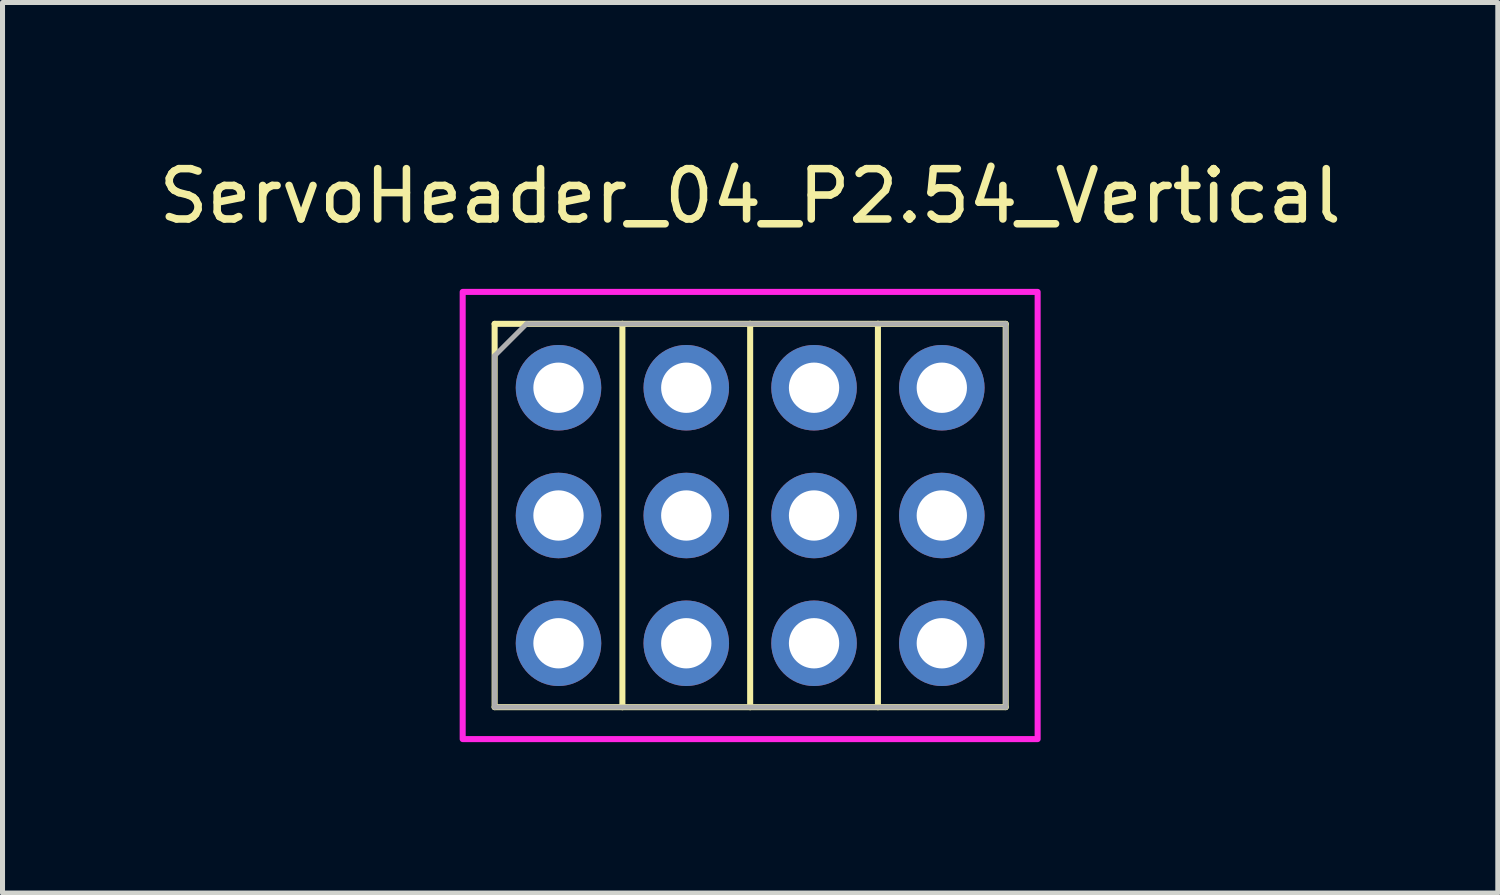
<source format=kicad_pcb>
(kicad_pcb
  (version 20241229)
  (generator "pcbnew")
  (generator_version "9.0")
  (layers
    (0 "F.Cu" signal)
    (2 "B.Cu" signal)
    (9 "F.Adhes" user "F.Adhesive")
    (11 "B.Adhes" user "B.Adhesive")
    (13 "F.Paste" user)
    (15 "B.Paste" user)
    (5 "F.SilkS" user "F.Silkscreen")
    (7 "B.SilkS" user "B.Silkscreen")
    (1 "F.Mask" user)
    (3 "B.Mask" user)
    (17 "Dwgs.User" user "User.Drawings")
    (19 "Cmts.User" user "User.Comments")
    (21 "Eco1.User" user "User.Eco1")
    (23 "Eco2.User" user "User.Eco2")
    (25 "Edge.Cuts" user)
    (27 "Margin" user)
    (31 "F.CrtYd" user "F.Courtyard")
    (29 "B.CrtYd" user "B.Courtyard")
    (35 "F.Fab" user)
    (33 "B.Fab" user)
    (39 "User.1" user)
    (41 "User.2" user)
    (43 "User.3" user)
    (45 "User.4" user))
  (footprint "ServoHeader_04_P2.54_Vertical"
    (layer "F.Cu")
    (at 8.053 4.658)
    (property "Reference" "ServoHeader_04_P2.54_Vertical" (at 3.81 -3.81 0) (layer "F.SilkS") (effects (font (size 1 1) (thickness 0.15))))
    (attr through_hole)
    (fp_line (start -1.27 -1.27) (end 1.27 -1.27) (stroke (width 0.12) (type solid)) (layer "F.SilkS"))
    (fp_line (start -1.27 6.35) (end -1.27 -1.27) (stroke (width 0.12) (type solid)) (layer "F.SilkS"))
    (fp_line (start 1.27 -1.27) (end 1.27 6.35) (stroke (width 0.12) (type solid)) (layer "F.SilkS"))
    (fp_line (start 1.27 -1.27) (end 3.81 -1.27) (stroke (width 0.12) (type solid)) (layer "F.SilkS"))
    (fp_line (start 1.27 6.35) (end -1.27 6.35) (stroke (width 0.12) (type solid)) (layer "F.SilkS"))
    (fp_line (start 3.81 -1.27) (end 3.81 6.35) (stroke (width 0.12) (type solid)) (layer "F.SilkS"))
    (fp_line (start 3.81 6.35) (end 1.27 6.35) (stroke (width 0.12) (type solid)) (layer "F.SilkS"))
    (fp_line (start 3.81 6.35) (end 6.35 6.35) (stroke (width 0.12) (type solid)) (layer "F.SilkS"))
    (fp_line (start 6.35 -1.27) (end 3.81 -1.27) (stroke (width 0.12) (type solid)) (layer "F.SilkS"))
    (fp_line (start 6.35 -1.27) (end 8.89 -1.27) (stroke (width 0.12) (type solid)) (layer "F.SilkS"))
    (fp_line (start 6.35 6.35) (end 6.35 -1.27) (stroke (width 0.12) (type solid)) (layer "F.SilkS"))
    (fp_line (start 8.89 -1.27) (end 8.89 6.35) (stroke (width 0.12) (type solid)) (layer "F.SilkS"))
    (fp_line (start 8.89 6.35) (end 6.35 6.35) (stroke (width 0.12) (type solid)) (layer "F.SilkS"))
    (fp_rect (start -1.905 -1.905) (end 9.525 6.985) (stroke (width 0.12) (type solid)) (fill no) (layer "F.CrtYd"))
    (fp_line (start -1.27 -0.635) (end -0.635 -1.27) (stroke (width 0.1) (type solid)) (layer "F.Fab"))
    (fp_line (start -1.27 6.35) (end -1.27 -0.635) (stroke (width 0.1) (type solid)) (layer "F.Fab"))
    (fp_line (start -0.635 -1.27) (end 8.89 -1.27) (stroke (width 0.1) (type solid)) (layer "F.Fab"))
    (fp_line (start 8.89 -1.27) (end 8.89 6.35) (stroke (width 0.1) (type solid)) (layer "F.Fab"))
    (fp_line (start 8.89 6.35) (end -1.27 6.35) (stroke (width 0.1) (type solid)) (layer "F.Fab"))
    (pad "1" thru_hole oval (at 0 0) (size 1.7 1.7) (drill 1) (layers "*.Cu" "*.Mask"))
    (pad "1" thru_hole oval (at 2.54 0) (size 1.7 1.7) (drill 1) (layers "*.Cu" "*.Mask"))
    (pad "1" thru_hole oval (at 5.08 0) (size 1.7 1.7) (drill 1) (layers "*.Cu" "*.Mask"))
    (pad "1" thru_hole oval (at 7.62 0) (size 1.7 1.7) (drill 1) (layers "*.Cu" "*.Mask"))
    (pad "2" thru_hole oval (at 0 2.54) (size 1.7 1.7) (drill 1) (layers "*.Cu" "*.Mask"))
    (pad "2" thru_hole oval (at 2.54 2.54) (size 1.7 1.7) (drill 1) (layers "*.Cu" "*.Mask"))
    (pad "2" thru_hole oval (at 5.08 2.54) (size 1.7 1.7) (drill 1) (layers "*.Cu" "*.Mask"))
    (pad "2" thru_hole oval (at 7.62 2.54) (size 1.7 1.7) (drill 1) (layers "*.Cu" "*.Mask"))
    (pad "3" thru_hole circle (at 7.62 5.08) (size 1.7 1.7) (drill 1) (layers "*.Cu" "*.Mask"))
    (pad "4" thru_hole circle (at 5.08 5.08) (size 1.7 1.7) (drill 1) (layers "*.Cu" "*.Mask"))
    (pad "5" thru_hole circle (at 2.54 5.08) (size 1.7 1.7) (drill 1) (layers "*.Cu" "*.Mask"))
    (pad "6" thru_hole circle (at 0 5.08) (size 1.7 1.7) (drill 1) (layers "*.Cu" "*.Mask")))
  (gr_rect
    (start -3 -3)
    (end 26.726 14.703)
    (stroke (width 0.1) (type default))
    (fill no)
    (layer "Edge.Cuts")))
</source>
